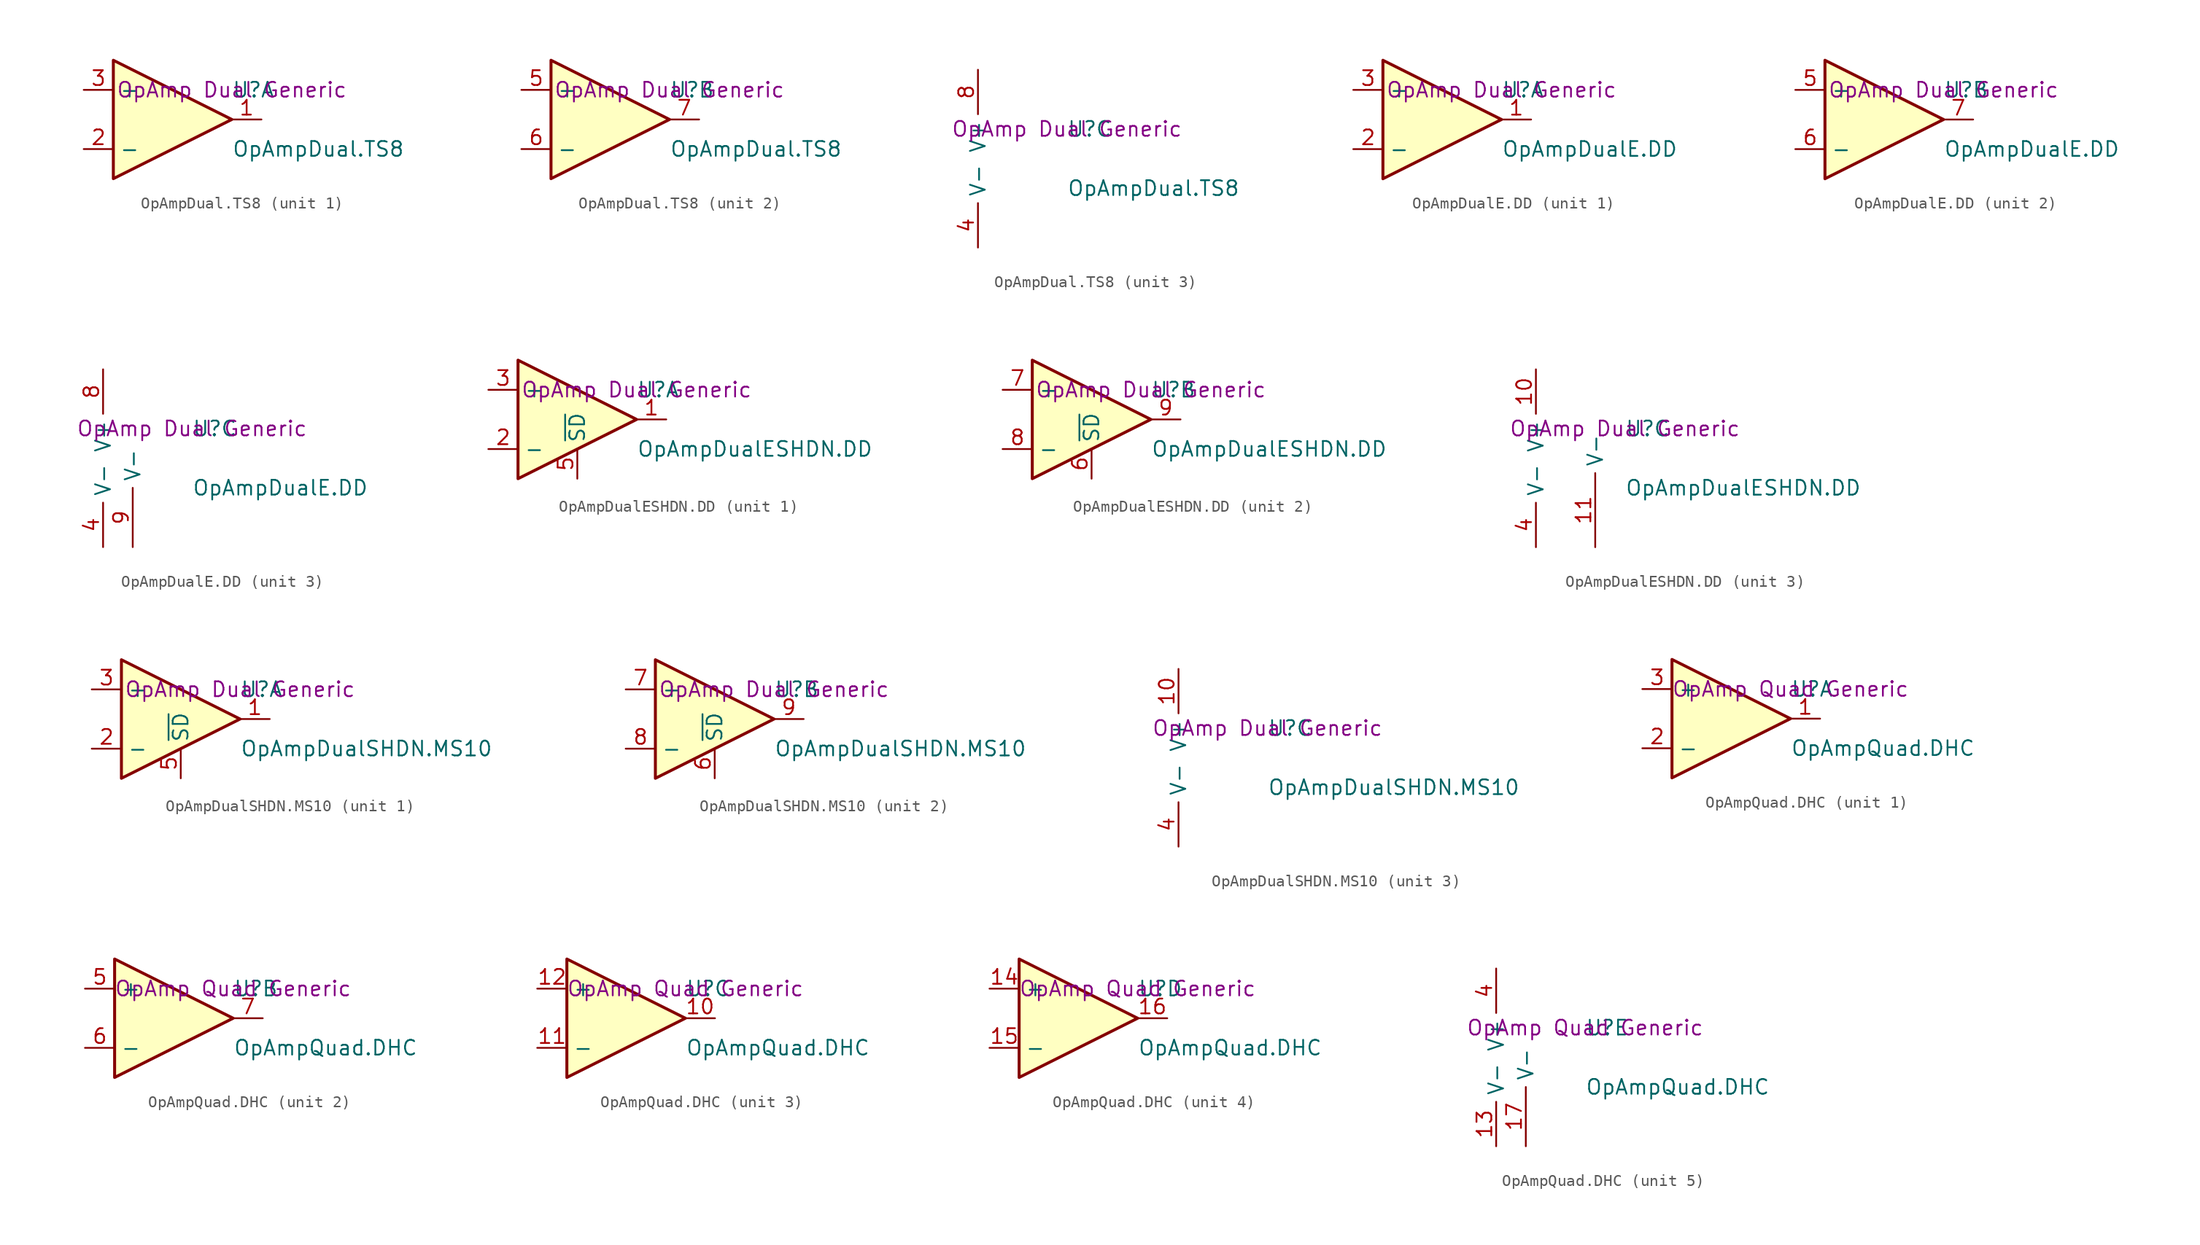
<source format=kicad_sym>
(kicad_symbol_lib
  (version 20201005)
  (generator kicad_symbol_editor)
  (symbol "OpAmpDual.TS8"
    (property "Reference" "U"
      (at 5.08 2.54 0)
      (effects (font (size 1.27 1.27)) (justify left)))
    (property "Value" "OpAmpDual.TS8"
      (at 5.08 -2.54 0)
      (effects (font (size 1.27 1.27)) (justify left)))
    (property "Datasheet" "OpAmp Dual Generic"
      (at 5.08 2.54 0)
      (effects (font (size 1.27 1.27))))
    (property "ki_locked" ""
      (at 0 0 0)
      (effects (font (size 1.27 1.27))))
    (symbol "OpAmpDual.TS8_1_1"
      (polyline (pts (xy 5.08 0) (xy -5.08 5.08) (xy -5.08 -5.08) (xy 5.08 0)) (stroke (width 0.254)) (fill (type background)))
      (pin output line (at 7.62 0 180) (length 2.54) (name "~" (effects (font (size 1.27 1.27)))) (number "1" (effects (font (size 1.27 1.27)))))
      (pin input line (at -7.62 -2.54 0) (length 2.54) (name "-" (effects (font (size 1.27 1.27)))) (number "2" (effects (font (size 1.27 1.27)))))
      (pin input line (at -7.62 2.54 0) (length 2.54) (name "+" (effects (font (size 1.27 1.27)))) (number "3" (effects (font (size 1.27 1.27))))))
    (symbol "OpAmpDual.TS8_2_1"
      (polyline (pts (xy 5.08 0) (xy -5.08 5.08) (xy -5.08 -5.08) (xy 5.08 0)) (stroke (width 0.254)) (fill (type background)))
      (pin input line (at -7.62 2.54 0) (length 2.54) (name "+" (effects (font (size 1.27 1.27)))) (number "5" (effects (font (size 1.27 1.27)))))
      (pin input line (at -7.62 -2.54 0) (length 2.54) (name "-" (effects (font (size 1.27 1.27)))) (number "6" (effects (font (size 1.27 1.27)))))
      (pin output line (at 7.62 0 180) (length 2.54) (name "~" (effects (font (size 1.27 1.27)))) (number "7" (effects (font (size 1.27 1.27))))))
    (symbol "OpAmpDual.TS8_3_1"
      (pin power_in line (at -2.54 -7.62 90) (length 3.81) (name "V-" (effects (font (size 1.27 1.27)))) (number "4" (effects (font (size 1.27 1.27)))))
      (pin power_in line (at -2.54 7.62 270) (length 3.81) (name "V+" (effects (font (size 1.27 1.27)))) (number "8" (effects (font (size 1.27 1.27)))))))
  (symbol "OpAmpDualE.DD"
    (property "Reference" "U"
      (at 5.08 2.54 0)
      (effects (font (size 1.27 1.27)) (justify left)))
    (property "Value" "OpAmpDualE.DD"
      (at 5.08 -2.54 0)
      (effects (font (size 1.27 1.27)) (justify left)))
    (property "Datasheet" "OpAmp Dual Generic"
      (at 5.08 2.54 0)
      (effects (font (size 1.27 1.27))))
    (property "ki_locked" ""
      (at 0 0 0)
      (effects (font (size 1.27 1.27))))
    (symbol "OpAmpDualE.DD_1_1"
      (polyline (pts (xy 5.08 0) (xy -5.08 5.08) (xy -5.08 -5.08) (xy 5.08 0)) (stroke (width 0.254)) (fill (type background)))
      (pin output line (at 7.62 0 180) (length 2.54) (name "~" (effects (font (size 1.27 1.27)))) (number "1" (effects (font (size 1.27 1.27)))))
      (pin input line (at -7.62 -2.54 0) (length 2.54) (name "-" (effects (font (size 1.27 1.27)))) (number "2" (effects (font (size 1.27 1.27)))))
      (pin input line (at -7.62 2.54 0) (length 2.54) (name "+" (effects (font (size 1.27 1.27)))) (number "3" (effects (font (size 1.27 1.27))))))
    (symbol "OpAmpDualE.DD_2_1"
      (polyline (pts (xy 5.08 0) (xy -5.08 5.08) (xy -5.08 -5.08) (xy 5.08 0)) (stroke (width 0.254)) (fill (type background)))
      (pin input line (at -7.62 2.54 0) (length 2.54) (name "+" (effects (font (size 1.27 1.27)))) (number "5" (effects (font (size 1.27 1.27)))))
      (pin input line (at -7.62 -2.54 0) (length 2.54) (name "-" (effects (font (size 1.27 1.27)))) (number "6" (effects (font (size 1.27 1.27)))))
      (pin output line (at 7.62 0 180) (length 2.54) (name "~" (effects (font (size 1.27 1.27)))) (number "7" (effects (font (size 1.27 1.27))))))
    (symbol "OpAmpDualE.DD_3_1"
      (pin power_in line (at -2.54 -7.62 90) (length 3.81) (name "V-" (effects (font (size 1.27 1.27)))) (number "4" (effects (font (size 1.27 1.27)))))
      (pin power_in line (at -2.54 7.62 270) (length 3.81) (name "V+" (effects (font (size 1.27 1.27)))) (number "8" (effects (font (size 1.27 1.27)))))
      (pin power_in line (at 0 -7.62 90) (length 5.08) (name "V-" (effects (font (size 1.27 1.27)))) (number "9" (effects (font (size 1.27 1.27)))))))
  (symbol "OpAmpDualESHDN.DD"
    (property "Reference" "U"
      (at 5.08 2.54 0)
      (effects (font (size 1.27 1.27)) (justify left)))
    (property "Value" "OpAmpDualESHDN.DD"
      (at 5.08 -2.54 0)
      (effects (font (size 1.27 1.27)) (justify left)))
    (property "Datasheet" "OpAmp Dual Generic"
      (at 5.08 2.54 0)
      (effects (font (size 1.27 1.27))))
    (property "ki_locked" ""
      (at 0 0 0)
      (effects (font (size 1.27 1.27))))
    (symbol "OpAmpDualESHDN.DD_1_1"
      (polyline (pts (xy 5.08 0) (xy -5.08 5.08) (xy -5.08 -5.08) (xy 5.08 0)) (stroke (width 0.254)) (fill (type background)))
      (pin output line (at 7.62 0 180) (length 2.54) (name "~" (effects (font (size 1.27 1.27)))) (number "1" (effects (font (size 1.27 1.27)))))
      (pin input line (at -7.62 -2.54 0) (length 2.54) (name "-" (effects (font (size 1.27 1.27)))) (number "2" (effects (font (size 1.27 1.27)))))
      (pin input line (at -7.62 2.54 0) (length 2.54) (name "+" (effects (font (size 1.27 1.27)))) (number "3" (effects (font (size 1.27 1.27)))))
      (pin input line (at 0 -5.08 90) (length 2.54) (name "~SD~" (effects (font (size 1.27 1.27)))) (number "5" (effects (font (size 1.27 1.27))))))
    (symbol "OpAmpDualESHDN.DD_2_1"
      (polyline (pts (xy 5.08 0) (xy -5.08 5.08) (xy -5.08 -5.08) (xy 5.08 0)) (stroke (width 0.254)) (fill (type background)))
      (pin input line (at 0 -5.08 90) (length 2.54) (name "~SD~" (effects (font (size 1.27 1.27)))) (number "6" (effects (font (size 1.27 1.27)))))
      (pin input line (at -7.62 2.54 0) (length 2.54) (name "+" (effects (font (size 1.27 1.27)))) (number "7" (effects (font (size 1.27 1.27)))))
      (pin input line (at -7.62 -2.54 0) (length 2.54) (name "-" (effects (font (size 1.27 1.27)))) (number "8" (effects (font (size 1.27 1.27)))))
      (pin output line (at 7.62 0 180) (length 2.54) (name "~" (effects (font (size 1.27 1.27)))) (number "9" (effects (font (size 1.27 1.27))))))
    (symbol "OpAmpDualESHDN.DD_3_1"
      (pin power_in line (at -2.54 -7.62 90) (length 3.81) (name "V-" (effects (font (size 1.27 1.27)))) (number "4" (effects (font (size 1.27 1.27)))))
      (pin power_in line (at -2.54 7.62 270) (length 3.81) (name "V+" (effects (font (size 1.27 1.27)))) (number "10" (effects (font (size 1.27 1.27)))))
      (pin power_in line (at 2.54 -7.62 90) (length 6.35) (name "V-" (effects (font (size 1.27 1.27)))) (number "11" (effects (font (size 1.27 1.27)))))))
  (symbol "OpAmpDualSHDN.MS10"
    (property "Reference" "U"
      (at 5.08 2.54 0)
      (effects (font (size 1.27 1.27)) (justify left)))
    (property "Value" "OpAmpDualSHDN.MS10"
      (at 5.08 -2.54 0)
      (effects (font (size 1.27 1.27)) (justify left)))
    (property "Datasheet" "OpAmp Dual Generic"
      (at 5.08 2.54 0)
      (effects (font (size 1.27 1.27))))
    (property "ki_locked" ""
      (at 0 0 0)
      (effects (font (size 1.27 1.27))))
    (symbol "OpAmpDualSHDN.MS10_1_1"
      (polyline (pts (xy 5.08 0) (xy -5.08 5.08) (xy -5.08 -5.08) (xy 5.08 0)) (stroke (width 0.254)) (fill (type background)))
      (pin output line (at 7.62 0 180) (length 2.54) (name "~" (effects (font (size 1.27 1.27)))) (number "1" (effects (font (size 1.27 1.27)))))
      (pin input line (at -7.62 -2.54 0) (length 2.54) (name "-" (effects (font (size 1.27 1.27)))) (number "2" (effects (font (size 1.27 1.27)))))
      (pin input line (at -7.62 2.54 0) (length 2.54) (name "+" (effects (font (size 1.27 1.27)))) (number "3" (effects (font (size 1.27 1.27)))))
      (pin input line (at 0 -5.08 90) (length 2.54) (name "~SD~" (effects (font (size 1.27 1.27)))) (number "5" (effects (font (size 1.27 1.27))))))
    (symbol "OpAmpDualSHDN.MS10_2_1"
      (polyline (pts (xy 5.08 0) (xy -5.08 5.08) (xy -5.08 -5.08) (xy 5.08 0)) (stroke (width 0.254)) (fill (type background)))
      (pin input line (at 0 -5.08 90) (length 2.54) (name "~SD~" (effects (font (size 1.27 1.27)))) (number "6" (effects (font (size 1.27 1.27)))))
      (pin input line (at -7.62 2.54 0) (length 2.54) (name "+" (effects (font (size 1.27 1.27)))) (number "7" (effects (font (size 1.27 1.27)))))
      (pin input line (at -7.62 -2.54 0) (length 2.54) (name "-" (effects (font (size 1.27 1.27)))) (number "8" (effects (font (size 1.27 1.27)))))
      (pin output line (at 7.62 0 180) (length 2.54) (name "~" (effects (font (size 1.27 1.27)))) (number "9" (effects (font (size 1.27 1.27))))))
    (symbol "OpAmpDualSHDN.MS10_3_1"
      (pin power_in line (at -2.54 -7.62 90) (length 3.81) (name "V-" (effects (font (size 1.27 1.27)))) (number "4" (effects (font (size 1.27 1.27)))))
      (pin power_in line (at -2.54 7.62 270) (length 3.81) (name "V+" (effects (font (size 1.27 1.27)))) (number "10" (effects (font (size 1.27 1.27)))))))
  (symbol "OpAmpQuad.DHC"
    (property "Reference" "U"
      (at 5.08 2.54 0)
      (effects (font (size 1.27 1.27)) (justify left)))
    (property "Value" "OpAmpQuad.DHC"
      (at 5.08 -2.54 0)
      (effects (font (size 1.27 1.27)) (justify left)))
    (property "Datasheet" "OpAmp Quad Generic"
      (at 5.08 2.54 0)
      (effects (font (size 1.27 1.27))))
    (property "ki_locked" ""
      (at 0 0 0)
      (effects (font (size 1.27 1.27))))
    (symbol "OpAmpQuad.DHC_1_1"
      (polyline (pts (xy 5.08 0) (xy -5.08 5.08) (xy -5.08 -5.08) (xy 5.08 0)) (stroke (width 0.254)) (fill (type background)))
      (pin output line (at 7.62 0 180) (length 2.54) (name "~" (effects (font (size 1.27 1.27)))) (number "1" (effects (font (size 1.27 1.27)))))
      (pin input line (at -7.62 -2.54 0) (length 2.54) (name "-" (effects (font (size 1.27 1.27)))) (number "2" (effects (font (size 1.27 1.27)))))
      (pin input line (at -7.62 2.54 0) (length 2.54) (name "+" (effects (font (size 1.27 1.27)))) (number "3" (effects (font (size 1.27 1.27))))))
    (symbol "OpAmpQuad.DHC_2_1"
      (polyline (pts (xy 5.08 0) (xy -5.08 5.08) (xy -5.08 -5.08) (xy 5.08 0)) (stroke (width 0.254)) (fill (type background)))
      (pin input line (at -7.62 2.54 0) (length 2.54) (name "+" (effects (font (size 1.27 1.27)))) (number "5" (effects (font (size 1.27 1.27)))))
      (pin input line (at -7.62 -2.54 0) (length 2.54) (name "-" (effects (font (size 1.27 1.27)))) (number "6" (effects (font (size 1.27 1.27)))))
      (pin output line (at 7.62 0 180) (length 2.54) (name "~" (effects (font (size 1.27 1.27)))) (number "7" (effects (font (size 1.27 1.27))))))
    (symbol "OpAmpQuad.DHC_3_1"
      (polyline (pts (xy 5.08 0) (xy -5.08 5.08) (xy -5.08 -5.08) (xy 5.08 0)) (stroke (width 0.254)) (fill (type background)))
      (pin output line (at 7.62 0 180) (length 2.54) (name "~" (effects (font (size 1.27 1.27)))) (number "10" (effects (font (size 1.27 1.27)))))
      (pin input line (at -7.62 -2.54 0) (length 2.54) (name "-" (effects (font (size 1.27 1.27)))) (number "11" (effects (font (size 1.27 1.27)))))
      (pin input line (at -7.62 2.54 0) (length 2.54) (name "+" (effects (font (size 1.27 1.27)))) (number "12" (effects (font (size 1.27 1.27))))))
    (symbol "OpAmpQuad.DHC_4_1"
      (polyline (pts (xy 5.08 0) (xy -5.08 5.08) (xy -5.08 -5.08) (xy 5.08 0)) (stroke (width 0.254)) (fill (type background)))
      (pin input line (at -7.62 2.54 0) (length 2.54) (name "+" (effects (font (size 1.27 1.27)))) (number "14" (effects (font (size 1.27 1.27)))))
      (pin input line (at -7.62 -2.54 0) (length 2.54) (name "-" (effects (font (size 1.27 1.27)))) (number "15" (effects (font (size 1.27 1.27)))))
      (pin output line (at 7.62 0 180) (length 2.54) (name "~" (effects (font (size 1.27 1.27)))) (number "16" (effects (font (size 1.27 1.27))))))
    (symbol "OpAmpQuad.DHC_5_1"
      (pin power_in line (at -2.54 7.62 270) (length 3.81) (name "V+" (effects (font (size 1.27 1.27)))) (number "4" (effects (font (size 1.27 1.27)))))
      (pin unconnected line (at -7.62 2.54 0) (length 2.54) hide (name "NC" (effects (font (size 1.27 1.27)))) (number "8" (effects (font (size 1.27 1.27)))))
      (pin unconnected line (at -7.62 -2.54 0) (length 2.54) hide (name "NC" (effects (font (size 1.27 1.27)))) (number "9" (effects (font (size 1.27 1.27)))))
      (pin power_in line (at -2.54 -7.62 90) (length 3.81) (name "V-" (effects (font (size 1.27 1.27)))) (number "13" (effects (font (size 1.27 1.27)))))
      (pin power_in line (at 0 -7.62 90) (length 5.08) (name "V-" (effects (font (size 1.27 1.27)))) (number "17" (effects (font (size 1.27 1.27))))))))
</source>
